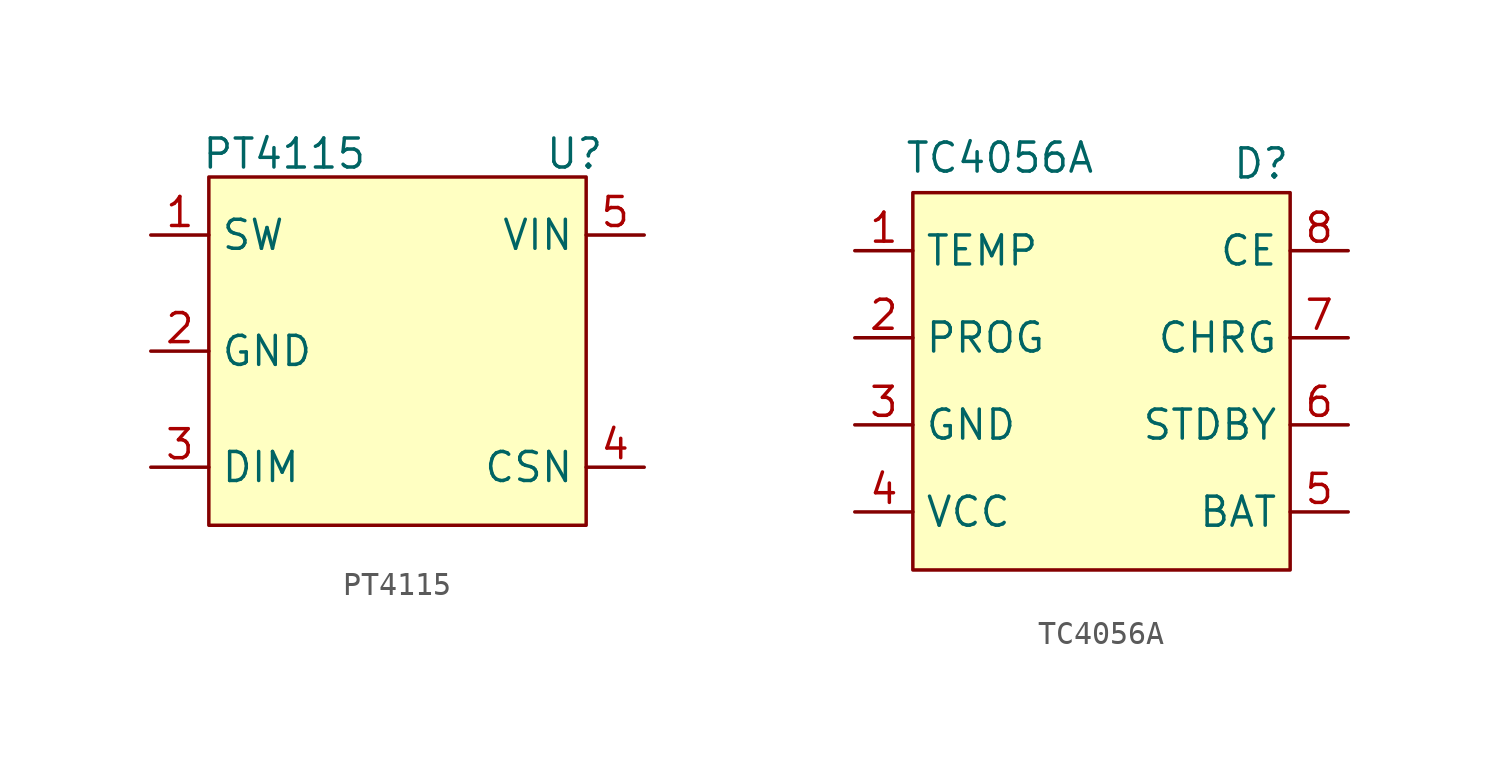
<source format=kicad_sym>
(kicad_symbol_lib
  (version 20231120)
  (generator "kicad_symbol_editor")
  (generator_version "8.0")
  (symbol "PT4115"
    (property "Reference" "U"
      (at 8.382 8.636 0)
      (effects (font (size 1.27 1.27))))
    (property "Value" "PT4115"
      (at -4.318 8.636 0)
      (effects (font (size 1.27 1.27))))
    (symbol "PT4115_1_1"
      (rectangle (start -7.62 7.62) (end 8.89 -7.62) (stroke (width 0) (type default)) (fill (type background)))
      (pin input line (at -10.16 5.08 0) (length 2.54) (name "SW" (effects (font (size 1.27 1.27)))) (number "1" (effects (font (size 1.27 1.27)))))
      (pin power_in line (at -10.16 0 0) (length 2.54) (name "GND" (effects (font (size 1.27 1.27)))) (number "2" (effects (font (size 1.27 1.27)))))
      (pin input line (at -10.16 -5.08 0) (length 2.54) (name "DIM" (effects (font (size 1.27 1.27)))) (number "3" (effects (font (size 1.27 1.27)))))
      (pin input line (at 11.43 -5.08 180) (length 2.54) (name "CSN" (effects (font (size 1.27 1.27)))) (number "4" (effects (font (size 1.27 1.27)))))
      (pin power_in line (at 11.43 5.08 180) (length 2.54) (name "VIN" (effects (font (size 1.27 1.27)))) (number "5" (effects (font (size 1.27 1.27)))))))
  (symbol "TC4056A"
    (property "Reference" "D"
      (at 6.35 8.89 0)
      (effects (font (size 1.27 1.27))))
    (property "Value" "TC4056A"
      (at -5.08 9.144 0)
      (effects (font (size 1.27 1.27))))
    (symbol "TC4056A_1_1"
      (rectangle (start -8.89 7.62) (end 7.62 -8.89) (stroke (width 0) (type default)) (fill (type background)))
      (pin input line (at -11.43 5.08 0) (length 2.54) (name "TEMP" (effects (font (size 1.27 1.27)))) (number "1" (effects (font (size 1.27 1.27)))))
      (pin input line (at -11.43 1.27 0) (length 2.54) (name "PROG" (effects (font (size 1.27 1.27)))) (number "2" (effects (font (size 1.27 1.27)))))
      (pin power_in line (at -11.43 -2.54 0) (length 2.54) (name "GND" (effects (font (size 1.27 1.27)))) (number "3" (effects (font (size 1.27 1.27)))))
      (pin power_in line (at -11.43 -6.35 0) (length 2.54) (name "VCC" (effects (font (size 1.27 1.27)))) (number "4" (effects (font (size 1.27 1.27)))))
      (pin input line (at 10.16 -6.35 180) (length 2.54) (name "BAT" (effects (font (size 1.27 1.27)))) (number "5" (effects (font (size 1.27 1.27)))))
      (pin input line (at 10.16 -2.54 180) (length 2.54) (name "STDBY" (effects (font (size 1.27 1.27)))) (number "6" (effects (font (size 1.27 1.27)))))
      (pin open_collector line (at 10.16 1.27 180) (length 2.54) (name "CHRG" (effects (font (size 1.27 1.27)))) (number "7" (effects (font (size 1.27 1.27)))))
      (pin input line (at 10.16 5.08 180) (length 2.54) (name "CE" (effects (font (size 1.27 1.27)))) (number "8" (effects (font (size 1.27 1.27))))))))
</source>
